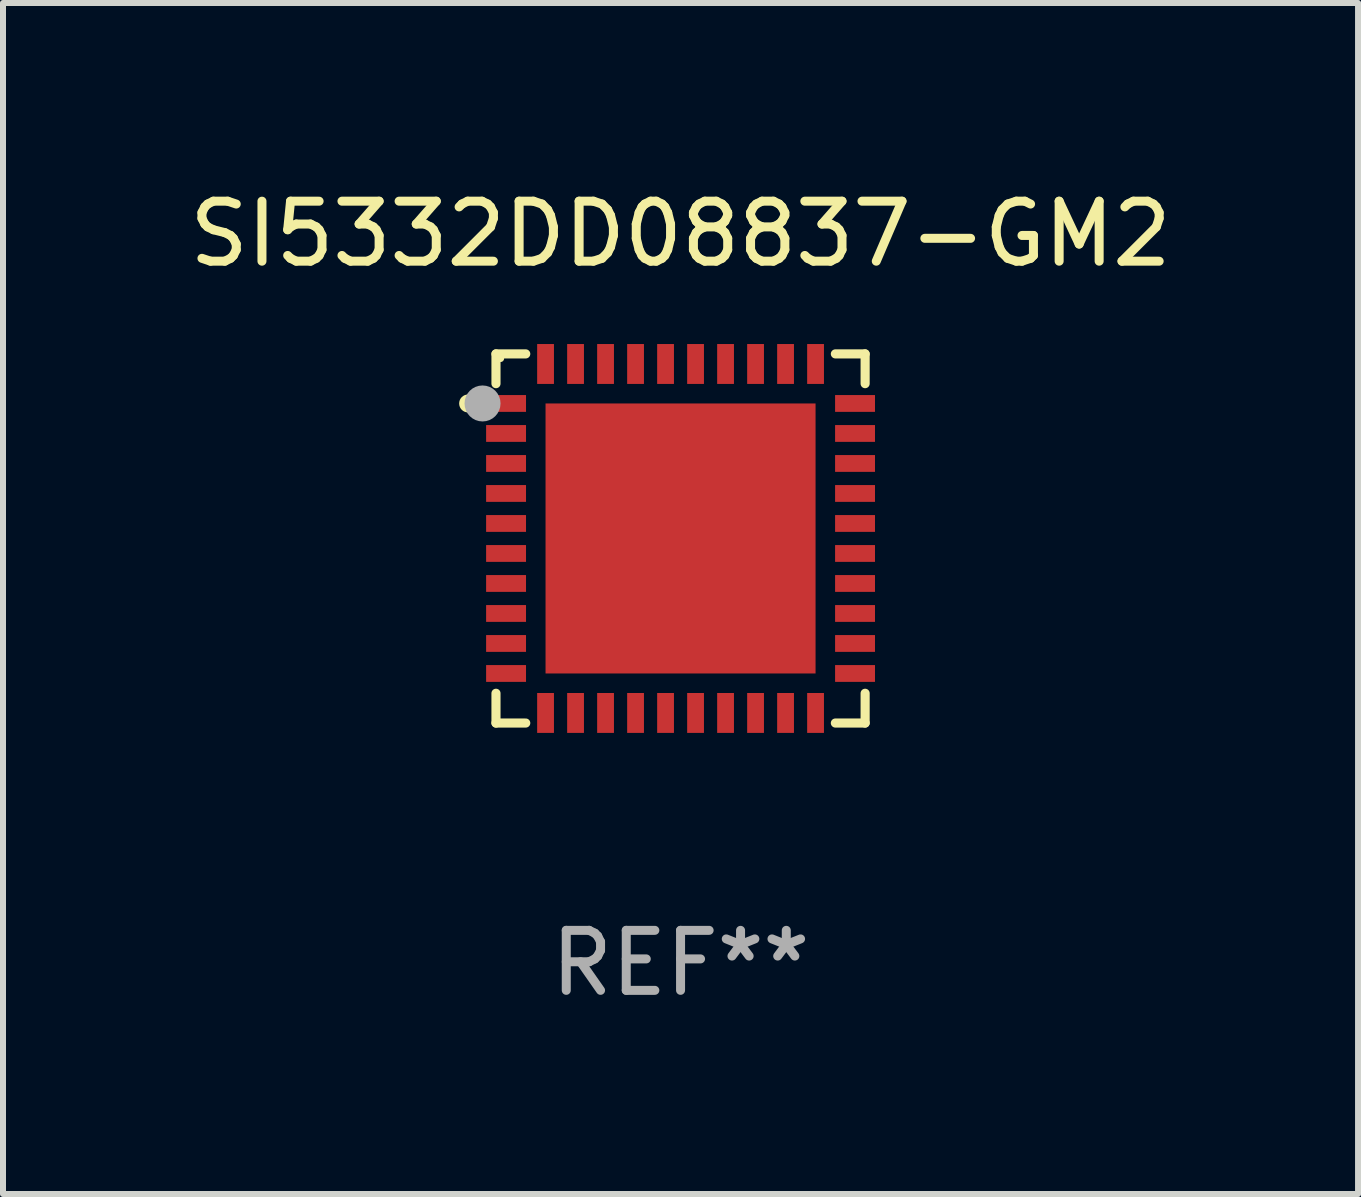
<source format=kicad_pcb>
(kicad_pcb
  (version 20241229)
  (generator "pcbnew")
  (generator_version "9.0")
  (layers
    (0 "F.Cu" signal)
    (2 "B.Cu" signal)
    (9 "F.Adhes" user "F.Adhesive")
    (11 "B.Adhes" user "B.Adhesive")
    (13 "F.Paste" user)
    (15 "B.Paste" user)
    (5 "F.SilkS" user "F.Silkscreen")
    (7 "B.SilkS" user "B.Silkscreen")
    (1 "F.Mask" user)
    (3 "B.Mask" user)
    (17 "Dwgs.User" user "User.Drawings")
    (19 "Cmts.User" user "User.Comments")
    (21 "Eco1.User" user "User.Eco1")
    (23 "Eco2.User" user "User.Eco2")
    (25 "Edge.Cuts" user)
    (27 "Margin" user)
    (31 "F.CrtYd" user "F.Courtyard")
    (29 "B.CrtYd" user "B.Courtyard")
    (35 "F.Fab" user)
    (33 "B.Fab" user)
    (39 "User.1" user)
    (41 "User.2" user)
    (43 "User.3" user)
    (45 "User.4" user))
  (footprint "SI5332DD08837-GM2"
    (layer "F.Cu")
    (at 8.292 5.924)
    (property "Reference" "SI5332DD08837-GM2" (at 0 -5.076 0) (layer "F.SilkS") (effects (font (size 1 1) (thickness 0.15))))
    (attr through_hole)
    (fp_line (start -3.076 -3.076) (end -3.076 -2.58) (stroke (width 0.152) (type solid)) (layer "F.SilkS"))
    (fp_line (start -3.076 3.076) (end -3.076 2.58) (stroke (width 0.152) (type solid)) (layer "F.SilkS"))
    (fp_line (start -2.58 -3.076) (end -3.076 -3.076) (stroke (width 0.152) (type solid)) (layer "F.SilkS"))
    (fp_line (start -2.58 3.076) (end -3.076 3.076) (stroke (width 0.152) (type solid)) (layer "F.SilkS"))
    (fp_line (start 2.58 -3.076) (end 3.076 -3.076) (stroke (width 0.152) (type solid)) (layer "F.SilkS"))
    (fp_line (start 2.58 3.076) (end 3.076 3.076) (stroke (width 0.152) (type solid)) (layer "F.SilkS"))
    (fp_line (start 3.076 -3.076) (end 3.076 -2.58) (stroke (width 0.152) (type solid)) (layer "F.SilkS"))
    (fp_line (start 3.076 3.076) (end 3.076 2.58) (stroke (width 0.152) (type solid)) (layer "F.SilkS"))
    (fp_circle (center -3.54 -2.25) (end -3.465 -2.25) (stroke (width 0.15) (type solid)) (fill no) (layer "F.SilkS"))
    (fp_circle (center -3 -3) (end -2.97 -3) (stroke (width 0.06) (type solid)) (fill no) (layer "F.SilkS"))
    (fp_circle (center -3.3 -2.25) (end -3.15 -2.25) (stroke (width 0.3) (type solid)) (fill no) (layer "F.Fab"))
    (fp_text user "REF**" (at 0 7.076 0) (layer "F.Fab") (effects (font (size 1 1) (thickness 0.15))))
    (pad "1" smd rect (at -2.908 -2.25) (size 0.665 0.28) (layers "F.Cu" "F.Mask" "F.Paste"))
    (pad "2" smd rect (at -2.908 -1.75) (size 0.665 0.28) (layers "F.Cu" "F.Mask" "F.Paste"))
    (pad "3" smd rect (at -2.908 -1.25) (size 0.665 0.28) (layers "F.Cu" "F.Mask" "F.Paste"))
    (pad "4" smd rect (at -2.908 -0.75) (size 0.665 0.28) (layers "F.Cu" "F.Mask" "F.Paste"))
    (pad "5" smd rect (at -2.908 -0.25) (size 0.665 0.28) (layers "F.Cu" "F.Mask" "F.Paste"))
    (pad "6" smd rect (at -2.908 0.25) (size 0.665 0.28) (layers "F.Cu" "F.Mask" "F.Paste"))
    (pad "7" smd rect (at -2.908 0.75) (size 0.665 0.28) (layers "F.Cu" "F.Mask" "F.Paste"))
    (pad "8" smd rect (at -2.908 1.25) (size 0.665 0.28) (layers "F.Cu" "F.Mask" "F.Paste"))
    (pad "9" smd rect (at -2.908 1.75) (size 0.665 0.28) (layers "F.Cu" "F.Mask" "F.Paste"))
    (pad "10" smd rect (at -2.908 2.25) (size 0.665 0.28) (layers "F.Cu" "F.Mask" "F.Paste"))
    (pad "11" smd rect (at -2.25 2.908) (size 0.28 0.665) (layers "F.Cu" "F.Mask" "F.Paste"))
    (pad "12" smd rect (at -1.75 2.908) (size 0.28 0.665) (layers "F.Cu" "F.Mask" "F.Paste"))
    (pad "13" smd rect (at -1.25 2.908) (size 0.28 0.665) (layers "F.Cu" "F.Mask" "F.Paste"))
    (pad "14" smd rect (at -0.75 2.908) (size 0.28 0.665) (layers "F.Cu" "F.Mask" "F.Paste"))
    (pad "15" smd rect (at -0.25 2.908) (size 0.28 0.665) (layers "F.Cu" "F.Mask" "F.Paste"))
    (pad "16" smd rect (at 0.25 2.908) (size 0.28 0.665) (layers "F.Cu" "F.Mask" "F.Paste"))
    (pad "17" smd rect (at 0.75 2.908) (size 0.28 0.665) (layers "F.Cu" "F.Mask" "F.Paste"))
    (pad "18" smd rect (at 1.25 2.908) (size 0.28 0.665) (layers "F.Cu" "F.Mask" "F.Paste"))
    (pad "19" smd rect (at 1.75 2.908) (size 0.28 0.665) (layers "F.Cu" "F.Mask" "F.Paste"))
    (pad "20" smd rect (at 2.25 2.908) (size 0.28 0.665) (layers "F.Cu" "F.Mask" "F.Paste"))
    (pad "21" smd rect (at 2.908 2.25) (size 0.665 0.28) (layers "F.Cu" "F.Mask" "F.Paste"))
    (pad "22" smd rect (at 2.908 1.75) (size 0.665 0.28) (layers "F.Cu" "F.Mask" "F.Paste"))
    (pad "23" smd rect (at 2.908 1.25) (size 0.665 0.28) (layers "F.Cu" "F.Mask" "F.Paste"))
    (pad "24" smd rect (at 2.908 0.75) (size 0.665 0.28) (layers "F.Cu" "F.Mask" "F.Paste"))
    (pad "25" smd rect (at 2.908 0.25) (size 0.665 0.28) (layers "F.Cu" "F.Mask" "F.Paste"))
    (pad "26" smd rect (at 2.908 -0.25) (size 0.665 0.28) (layers "F.Cu" "F.Mask" "F.Paste"))
    (pad "27" smd rect (at 2.908 -0.75) (size 0.665 0.28) (layers "F.Cu" "F.Mask" "F.Paste"))
    (pad "28" smd rect (at 2.908 -1.25) (size 0.665 0.28) (layers "F.Cu" "F.Mask" "F.Paste"))
    (pad "29" smd rect (at 2.908 -1.75) (size 0.665 0.28) (layers "F.Cu" "F.Mask" "F.Paste"))
    (pad "30" smd rect (at 2.908 -2.25) (size 0.665 0.28) (layers "F.Cu" "F.Mask" "F.Paste"))
    (pad "31" smd rect (at 2.25 -2.908) (size 0.28 0.665) (layers "F.Cu" "F.Mask" "F.Paste"))
    (pad "32" smd rect (at 1.75 -2.908) (size 0.28 0.665) (layers "F.Cu" "F.Mask" "F.Paste"))
    (pad "33" smd rect (at 1.25 -2.908) (size 0.28 0.665) (layers "F.Cu" "F.Mask" "F.Paste"))
    (pad "34" smd rect (at 0.75 -2.908) (size 0.28 0.665) (layers "F.Cu" "F.Mask" "F.Paste"))
    (pad "35" smd rect (at 0.25 -2.908) (size 0.28 0.665) (layers "F.Cu" "F.Mask" "F.Paste"))
    (pad "36" smd rect (at -0.25 -2.908) (size 0.28 0.665) (layers "F.Cu" "F.Mask" "F.Paste"))
    (pad "37" smd rect (at -0.75 -2.908) (size 0.28 0.665) (layers "F.Cu" "F.Mask" "F.Paste"))
    (pad "38" smd rect (at -1.25 -2.908) (size 0.28 0.665) (layers "F.Cu" "F.Mask" "F.Paste"))
    (pad "39" smd rect (at -1.75 -2.908) (size 0.28 0.665) (layers "F.Cu" "F.Mask" "F.Paste"))
    (pad "40" smd rect (at -2.25 -2.908) (size 0.28 0.665) (layers "F.Cu" "F.Mask" "F.Paste"))
    (pad "41" smd rect (at 0 0) (size 4.5 4.5) (layers "F.Cu" "F.Mask" "F.Paste")))
  (gr_rect
    (start -3 -3)
    (end 19.583 16.849)
    (stroke (width 0.1) (type default))
    (fill no)
    (layer "Edge.Cuts")))
</source>
